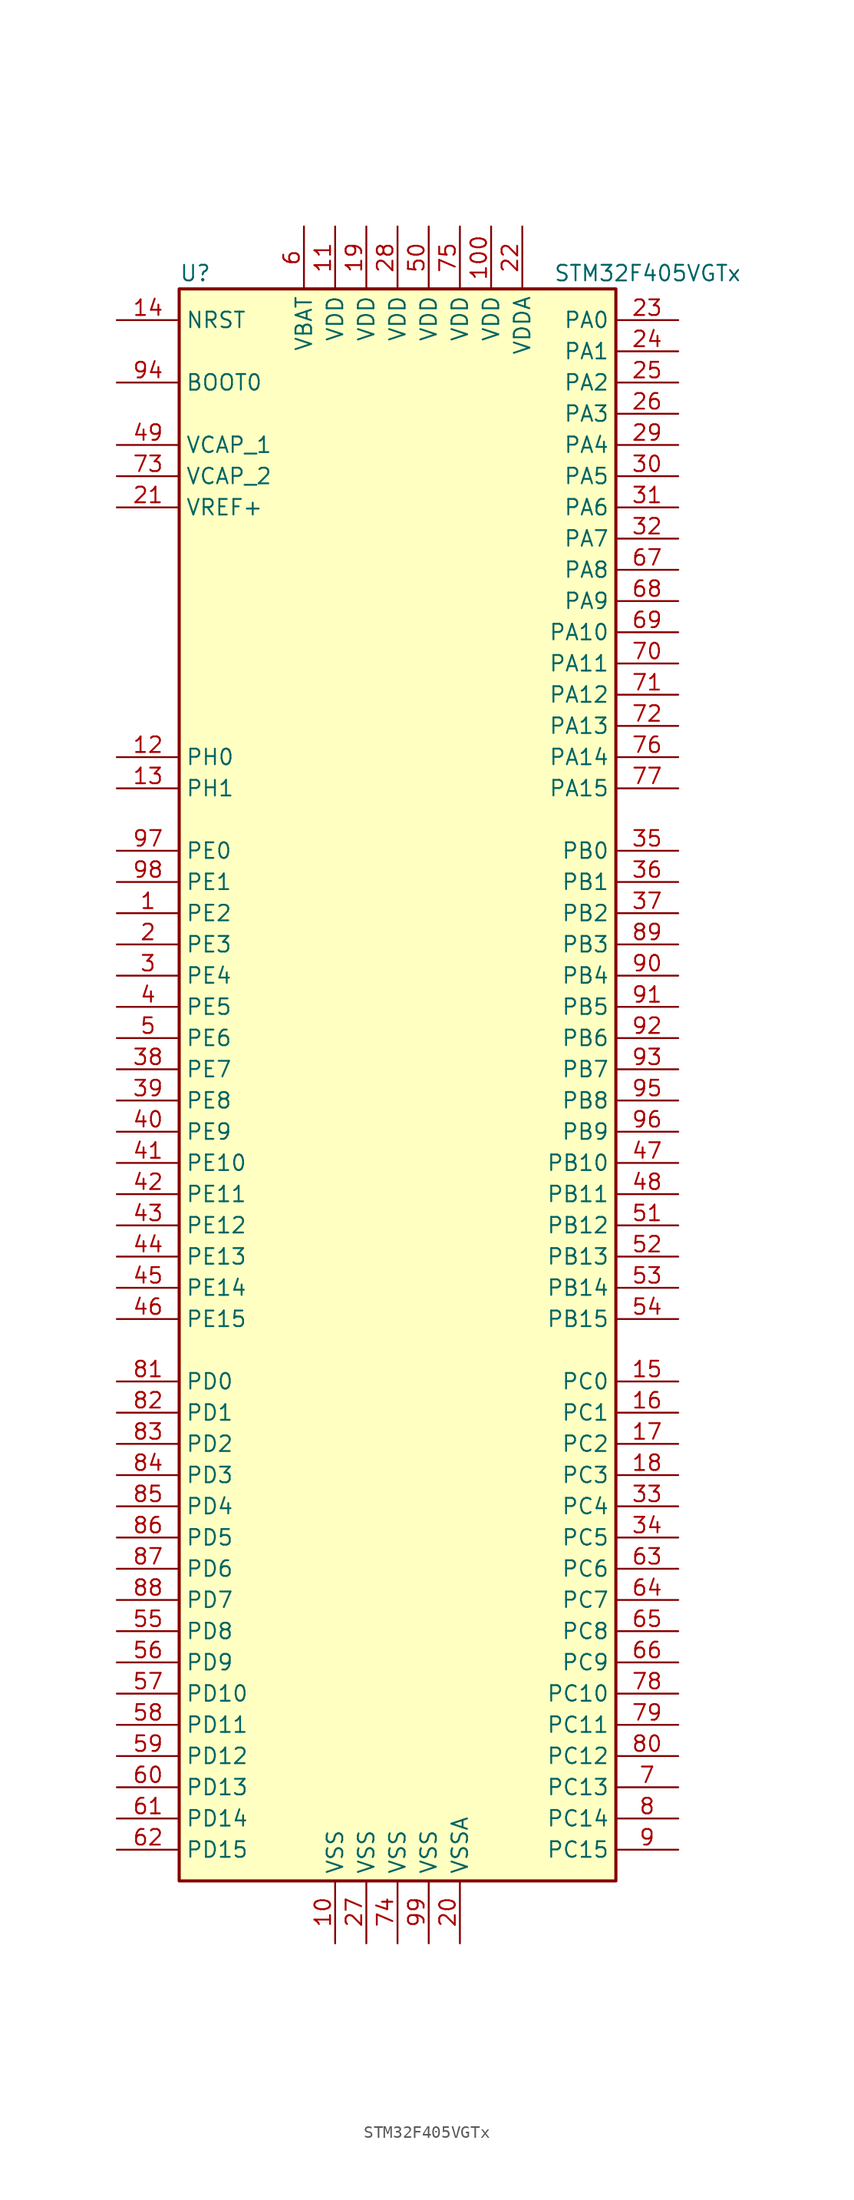
<source format=kicad_sym>
(kicad_symbol_lib
  (version 20220914)
  (generator kicad_symbol_editor)
  (symbol "STM32F405VGTx"
    (property "Reference" "U"
      (at -17.78 64.77 0)
      (effects (font (size 1.27 1.27)) (justify left)))
    (property "Value" "STM32F405VGTx"
      (at 12.7 64.77 0)
      (effects (font (size 1.27 1.27)) (justify left)))
    (symbol "STM32F405VGTx_0_1"
      (rectangle (start -17.78 -66.04) (end 17.78 63.5) (stroke (width 0.254) (type default)) (fill (type background))))
    (symbol "STM32F405VGTx_1_1"
      (pin bidirectional line (at -22.86 12.7 0) (length 5.08) (name "PE2" (effects (font (size 1.27 1.27)))) (number "1" (effects (font (size 1.27 1.27)))))
      (pin power_in line (at -5.08 -71.12 90) (length 5.08) (name "VSS" (effects (font (size 1.27 1.27)))) (number "10" (effects (font (size 1.27 1.27)))))
      (pin power_in line (at 7.62 68.58 270) (length 5.08) (name "VDD" (effects (font (size 1.27 1.27)))) (number "100" (effects (font (size 1.27 1.27)))))
      (pin power_in line (at -5.08 68.58 270) (length 5.08) (name "VDD" (effects (font (size 1.27 1.27)))) (number "11" (effects (font (size 1.27 1.27)))))
      (pin input line (at -22.86 25.4 0) (length 5.08) (name "PH0" (effects (font (size 1.27 1.27)))) (number "12" (effects (font (size 1.27 1.27)))))
      (pin input line (at -22.86 22.86 0) (length 5.08) (name "PH1" (effects (font (size 1.27 1.27)))) (number "13" (effects (font (size 1.27 1.27)))))
      (pin input line (at -22.86 60.96 0) (length 5.08) (name "NRST" (effects (font (size 1.27 1.27)))) (number "14" (effects (font (size 1.27 1.27)))))
      (pin bidirectional line (at 22.86 -25.4 180) (length 5.08) (name "PC0" (effects (font (size 1.27 1.27)))) (number "15" (effects (font (size 1.27 1.27)))))
      (pin bidirectional line (at 22.86 -27.94 180) (length 5.08) (name "PC1" (effects (font (size 1.27 1.27)))) (number "16" (effects (font (size 1.27 1.27)))))
      (pin bidirectional line (at 22.86 -30.48 180) (length 5.08) (name "PC2" (effects (font (size 1.27 1.27)))) (number "17" (effects (font (size 1.27 1.27)))))
      (pin bidirectional line (at 22.86 -33.02 180) (length 5.08) (name "PC3" (effects (font (size 1.27 1.27)))) (number "18" (effects (font (size 1.27 1.27)))))
      (pin power_in line (at -2.54 68.58 270) (length 5.08) (name "VDD" (effects (font (size 1.27 1.27)))) (number "19" (effects (font (size 1.27 1.27)))))
      (pin bidirectional line (at -22.86 10.16 0) (length 5.08) (name "PE3" (effects (font (size 1.27 1.27)))) (number "2" (effects (font (size 1.27 1.27)))))
      (pin power_in line (at 5.08 -71.12 90) (length 5.08) (name "VSSA" (effects (font (size 1.27 1.27)))) (number "20" (effects (font (size 1.27 1.27)))))
      (pin power_in line (at -22.86 45.72 0) (length 5.08) (name "VREF+" (effects (font (size 1.27 1.27)))) (number "21" (effects (font (size 1.27 1.27)))))
      (pin power_in line (at 10.16 68.58 270) (length 5.08) (name "VDDA" (effects (font (size 1.27 1.27)))) (number "22" (effects (font (size 1.27 1.27)))))
      (pin bidirectional line (at 22.86 60.96 180) (length 5.08) (name "PA0" (effects (font (size 1.27 1.27)))) (number "23" (effects (font (size 1.27 1.27)))))
      (pin bidirectional line (at 22.86 58.42 180) (length 5.08) (name "PA1" (effects (font (size 1.27 1.27)))) (number "24" (effects (font (size 1.27 1.27)))))
      (pin bidirectional line (at 22.86 55.88 180) (length 5.08) (name "PA2" (effects (font (size 1.27 1.27)))) (number "25" (effects (font (size 1.27 1.27)))))
      (pin bidirectional line (at 22.86 53.34 180) (length 5.08) (name "PA3" (effects (font (size 1.27 1.27)))) (number "26" (effects (font (size 1.27 1.27)))))
      (pin power_in line (at -2.54 -71.12 90) (length 5.08) (name "VSS" (effects (font (size 1.27 1.27)))) (number "27" (effects (font (size 1.27 1.27)))))
      (pin power_in line (at 0 68.58 270) (length 5.08) (name "VDD" (effects (font (size 1.27 1.27)))) (number "28" (effects (font (size 1.27 1.27)))))
      (pin bidirectional line (at 22.86 50.8 180) (length 5.08) (name "PA4" (effects (font (size 1.27 1.27)))) (number "29" (effects (font (size 1.27 1.27)))))
      (pin bidirectional line (at -22.86 7.62 0) (length 5.08) (name "PE4" (effects (font (size 1.27 1.27)))) (number "3" (effects (font (size 1.27 1.27)))))
      (pin bidirectional line (at 22.86 48.26 180) (length 5.08) (name "PA5" (effects (font (size 1.27 1.27)))) (number "30" (effects (font (size 1.27 1.27)))))
      (pin bidirectional line (at 22.86 45.72 180) (length 5.08) (name "PA6" (effects (font (size 1.27 1.27)))) (number "31" (effects (font (size 1.27 1.27)))))
      (pin bidirectional line (at 22.86 43.18 180) (length 5.08) (name "PA7" (effects (font (size 1.27 1.27)))) (number "32" (effects (font (size 1.27 1.27)))))
      (pin bidirectional line (at 22.86 -35.56 180) (length 5.08) (name "PC4" (effects (font (size 1.27 1.27)))) (number "33" (effects (font (size 1.27 1.27)))))
      (pin bidirectional line (at 22.86 -38.1 180) (length 5.08) (name "PC5" (effects (font (size 1.27 1.27)))) (number "34" (effects (font (size 1.27 1.27)))))
      (pin bidirectional line (at 22.86 17.78 180) (length 5.08) (name "PB0" (effects (font (size 1.27 1.27)))) (number "35" (effects (font (size 1.27 1.27)))))
      (pin bidirectional line (at 22.86 15.24 180) (length 5.08) (name "PB1" (effects (font (size 1.27 1.27)))) (number "36" (effects (font (size 1.27 1.27)))))
      (pin bidirectional line (at 22.86 12.7 180) (length 5.08) (name "PB2" (effects (font (size 1.27 1.27)))) (number "37" (effects (font (size 1.27 1.27)))))
      (pin bidirectional line (at -22.86 0 0) (length 5.08) (name "PE7" (effects (font (size 1.27 1.27)))) (number "38" (effects (font (size 1.27 1.27)))))
      (pin bidirectional line (at -22.86 -2.54 0) (length 5.08) (name "PE8" (effects (font (size 1.27 1.27)))) (number "39" (effects (font (size 1.27 1.27)))))
      (pin bidirectional line (at -22.86 5.08 0) (length 5.08) (name "PE5" (effects (font (size 1.27 1.27)))) (number "4" (effects (font (size 1.27 1.27)))))
      (pin bidirectional line (at -22.86 -5.08 0) (length 5.08) (name "PE9" (effects (font (size 1.27 1.27)))) (number "40" (effects (font (size 1.27 1.27)))))
      (pin bidirectional line (at -22.86 -7.62 0) (length 5.08) (name "PE10" (effects (font (size 1.27 1.27)))) (number "41" (effects (font (size 1.27 1.27)))))
      (pin bidirectional line (at -22.86 -10.16 0) (length 5.08) (name "PE11" (effects (font (size 1.27 1.27)))) (number "42" (effects (font (size 1.27 1.27)))))
      (pin bidirectional line (at -22.86 -12.7 0) (length 5.08) (name "PE12" (effects (font (size 1.27 1.27)))) (number "43" (effects (font (size 1.27 1.27)))))
      (pin bidirectional line (at -22.86 -15.24 0) (length 5.08) (name "PE13" (effects (font (size 1.27 1.27)))) (number "44" (effects (font (size 1.27 1.27)))))
      (pin bidirectional line (at -22.86 -17.78 0) (length 5.08) (name "PE14" (effects (font (size 1.27 1.27)))) (number "45" (effects (font (size 1.27 1.27)))))
      (pin bidirectional line (at -22.86 -20.32 0) (length 5.08) (name "PE15" (effects (font (size 1.27 1.27)))) (number "46" (effects (font (size 1.27 1.27)))))
      (pin bidirectional line (at 22.86 -7.62 180) (length 5.08) (name "PB10" (effects (font (size 1.27 1.27)))) (number "47" (effects (font (size 1.27 1.27)))))
      (pin bidirectional line (at 22.86 -10.16 180) (length 5.08) (name "PB11" (effects (font (size 1.27 1.27)))) (number "48" (effects (font (size 1.27 1.27)))))
      (pin power_in line (at -22.86 50.8 0) (length 5.08) (name "VCAP_1" (effects (font (size 1.27 1.27)))) (number "49" (effects (font (size 1.27 1.27)))))
      (pin bidirectional line (at -22.86 2.54 0) (length 5.08) (name "PE6" (effects (font (size 1.27 1.27)))) (number "5" (effects (font (size 1.27 1.27)))))
      (pin power_in line (at 2.54 68.58 270) (length 5.08) (name "VDD" (effects (font (size 1.27 1.27)))) (number "50" (effects (font (size 1.27 1.27)))))
      (pin bidirectional line (at 22.86 -12.7 180) (length 5.08) (name "PB12" (effects (font (size 1.27 1.27)))) (number "51" (effects (font (size 1.27 1.27)))))
      (pin bidirectional line (at 22.86 -15.24 180) (length 5.08) (name "PB13" (effects (font (size 1.27 1.27)))) (number "52" (effects (font (size 1.27 1.27)))))
      (pin bidirectional line (at 22.86 -17.78 180) (length 5.08) (name "PB14" (effects (font (size 1.27 1.27)))) (number "53" (effects (font (size 1.27 1.27)))))
      (pin bidirectional line (at 22.86 -20.32 180) (length 5.08) (name "PB15" (effects (font (size 1.27 1.27)))) (number "54" (effects (font (size 1.27 1.27)))))
      (pin bidirectional line (at -22.86 -45.72 0) (length 5.08) (name "PD8" (effects (font (size 1.27 1.27)))) (number "55" (effects (font (size 1.27 1.27)))))
      (pin bidirectional line (at -22.86 -48.26 0) (length 5.08) (name "PD9" (effects (font (size 1.27 1.27)))) (number "56" (effects (font (size 1.27 1.27)))))
      (pin bidirectional line (at -22.86 -50.8 0) (length 5.08) (name "PD10" (effects (font (size 1.27 1.27)))) (number "57" (effects (font (size 1.27 1.27)))))
      (pin bidirectional line (at -22.86 -53.34 0) (length 5.08) (name "PD11" (effects (font (size 1.27 1.27)))) (number "58" (effects (font (size 1.27 1.27)))))
      (pin bidirectional line (at -22.86 -55.88 0) (length 5.08) (name "PD12" (effects (font (size 1.27 1.27)))) (number "59" (effects (font (size 1.27 1.27)))))
      (pin power_in line (at -7.62 68.58 270) (length 5.08) (name "VBAT" (effects (font (size 1.27 1.27)))) (number "6" (effects (font (size 1.27 1.27)))))
      (pin bidirectional line (at -22.86 -58.42 0) (length 5.08) (name "PD13" (effects (font (size 1.27 1.27)))) (number "60" (effects (font (size 1.27 1.27)))))
      (pin bidirectional line (at -22.86 -60.96 0) (length 5.08) (name "PD14" (effects (font (size 1.27 1.27)))) (number "61" (effects (font (size 1.27 1.27)))))
      (pin bidirectional line (at -22.86 -63.5 0) (length 5.08) (name "PD15" (effects (font (size 1.27 1.27)))) (number "62" (effects (font (size 1.27 1.27)))))
      (pin bidirectional line (at 22.86 -40.64 180) (length 5.08) (name "PC6" (effects (font (size 1.27 1.27)))) (number "63" (effects (font (size 1.27 1.27)))))
      (pin bidirectional line (at 22.86 -43.18 180) (length 5.08) (name "PC7" (effects (font (size 1.27 1.27)))) (number "64" (effects (font (size 1.27 1.27)))))
      (pin bidirectional line (at 22.86 -45.72 180) (length 5.08) (name "PC8" (effects (font (size 1.27 1.27)))) (number "65" (effects (font (size 1.27 1.27)))))
      (pin bidirectional line (at 22.86 -48.26 180) (length 5.08) (name "PC9" (effects (font (size 1.27 1.27)))) (number "66" (effects (font (size 1.27 1.27)))))
      (pin bidirectional line (at 22.86 40.64 180) (length 5.08) (name "PA8" (effects (font (size 1.27 1.27)))) (number "67" (effects (font (size 1.27 1.27)))))
      (pin bidirectional line (at 22.86 38.1 180) (length 5.08) (name "PA9" (effects (font (size 1.27 1.27)))) (number "68" (effects (font (size 1.27 1.27)))))
      (pin bidirectional line (at 22.86 35.56 180) (length 5.08) (name "PA10" (effects (font (size 1.27 1.27)))) (number "69" (effects (font (size 1.27 1.27)))))
      (pin bidirectional line (at 22.86 -58.42 180) (length 5.08) (name "PC13" (effects (font (size 1.27 1.27)))) (number "7" (effects (font (size 1.27 1.27)))))
      (pin bidirectional line (at 22.86 33.02 180) (length 5.08) (name "PA11" (effects (font (size 1.27 1.27)))) (number "70" (effects (font (size 1.27 1.27)))))
      (pin bidirectional line (at 22.86 30.48 180) (length 5.08) (name "PA12" (effects (font (size 1.27 1.27)))) (number "71" (effects (font (size 1.27 1.27)))))
      (pin bidirectional line (at 22.86 27.94 180) (length 5.08) (name "PA13" (effects (font (size 1.27 1.27)))) (number "72" (effects (font (size 1.27 1.27)))))
      (pin power_in line (at -22.86 48.26 0) (length 5.08) (name "VCAP_2" (effects (font (size 1.27 1.27)))) (number "73" (effects (font (size 1.27 1.27)))))
      (pin power_in line (at 0 -71.12 90) (length 5.08) (name "VSS" (effects (font (size 1.27 1.27)))) (number "74" (effects (font (size 1.27 1.27)))))
      (pin power_in line (at 5.08 68.58 270) (length 5.08) (name "VDD" (effects (font (size 1.27 1.27)))) (number "75" (effects (font (size 1.27 1.27)))))
      (pin bidirectional line (at 22.86 25.4 180) (length 5.08) (name "PA14" (effects (font (size 1.27 1.27)))) (number "76" (effects (font (size 1.27 1.27)))))
      (pin bidirectional line (at 22.86 22.86 180) (length 5.08) (name "PA15" (effects (font (size 1.27 1.27)))) (number "77" (effects (font (size 1.27 1.27)))))
      (pin bidirectional line (at 22.86 -50.8 180) (length 5.08) (name "PC10" (effects (font (size 1.27 1.27)))) (number "78" (effects (font (size 1.27 1.27)))))
      (pin bidirectional line (at 22.86 -53.34 180) (length 5.08) (name "PC11" (effects (font (size 1.27 1.27)))) (number "79" (effects (font (size 1.27 1.27)))))
      (pin bidirectional line (at 22.86 -60.96 180) (length 5.08) (name "PC14" (effects (font (size 1.27 1.27)))) (number "8" (effects (font (size 1.27 1.27)))))
      (pin bidirectional line (at 22.86 -55.88 180) (length 5.08) (name "PC12" (effects (font (size 1.27 1.27)))) (number "80" (effects (font (size 1.27 1.27)))))
      (pin bidirectional line (at -22.86 -25.4 0) (length 5.08) (name "PD0" (effects (font (size 1.27 1.27)))) (number "81" (effects (font (size 1.27 1.27)))))
      (pin bidirectional line (at -22.86 -27.94 0) (length 5.08) (name "PD1" (effects (font (size 1.27 1.27)))) (number "82" (effects (font (size 1.27 1.27)))))
      (pin bidirectional line (at -22.86 -30.48 0) (length 5.08) (name "PD2" (effects (font (size 1.27 1.27)))) (number "83" (effects (font (size 1.27 1.27)))))
      (pin bidirectional line (at -22.86 -33.02 0) (length 5.08) (name "PD3" (effects (font (size 1.27 1.27)))) (number "84" (effects (font (size 1.27 1.27)))))
      (pin bidirectional line (at -22.86 -35.56 0) (length 5.08) (name "PD4" (effects (font (size 1.27 1.27)))) (number "85" (effects (font (size 1.27 1.27)))))
      (pin bidirectional line (at -22.86 -38.1 0) (length 5.08) (name "PD5" (effects (font (size 1.27 1.27)))) (number "86" (effects (font (size 1.27 1.27)))))
      (pin bidirectional line (at -22.86 -40.64 0) (length 5.08) (name "PD6" (effects (font (size 1.27 1.27)))) (number "87" (effects (font (size 1.27 1.27)))))
      (pin bidirectional line (at -22.86 -43.18 0) (length 5.08) (name "PD7" (effects (font (size 1.27 1.27)))) (number "88" (effects (font (size 1.27 1.27)))))
      (pin bidirectional line (at 22.86 10.16 180) (length 5.08) (name "PB3" (effects (font (size 1.27 1.27)))) (number "89" (effects (font (size 1.27 1.27)))))
      (pin bidirectional line (at 22.86 -63.5 180) (length 5.08) (name "PC15" (effects (font (size 1.27 1.27)))) (number "9" (effects (font (size 1.27 1.27)))))
      (pin bidirectional line (at 22.86 7.62 180) (length 5.08) (name "PB4" (effects (font (size 1.27 1.27)))) (number "90" (effects (font (size 1.27 1.27)))))
      (pin bidirectional line (at 22.86 5.08 180) (length 5.08) (name "PB5" (effects (font (size 1.27 1.27)))) (number "91" (effects (font (size 1.27 1.27)))))
      (pin bidirectional line (at 22.86 2.54 180) (length 5.08) (name "PB6" (effects (font (size 1.27 1.27)))) (number "92" (effects (font (size 1.27 1.27)))))
      (pin bidirectional line (at 22.86 0 180) (length 5.08) (name "PB7" (effects (font (size 1.27 1.27)))) (number "93" (effects (font (size 1.27 1.27)))))
      (pin input line (at -22.86 55.88 0) (length 5.08) (name "BOOT0" (effects (font (size 1.27 1.27)))) (number "94" (effects (font (size 1.27 1.27)))))
      (pin bidirectional line (at 22.86 -2.54 180) (length 5.08) (name "PB8" (effects (font (size 1.27 1.27)))) (number "95" (effects (font (size 1.27 1.27)))))
      (pin bidirectional line (at 22.86 -5.08 180) (length 5.08) (name "PB9" (effects (font (size 1.27 1.27)))) (number "96" (effects (font (size 1.27 1.27)))))
      (pin bidirectional line (at -22.86 17.78 0) (length 5.08) (name "PE0" (effects (font (size 1.27 1.27)))) (number "97" (effects (font (size 1.27 1.27)))))
      (pin bidirectional line (at -22.86 15.24 0) (length 5.08) (name "PE1" (effects (font (size 1.27 1.27)))) (number "98" (effects (font (size 1.27 1.27)))))
      (pin power_in line (at 2.54 -71.12 90) (length 5.08) (name "VSS" (effects (font (size 1.27 1.27)))) (number "99" (effects (font (size 1.27 1.27))))))))
</source>
